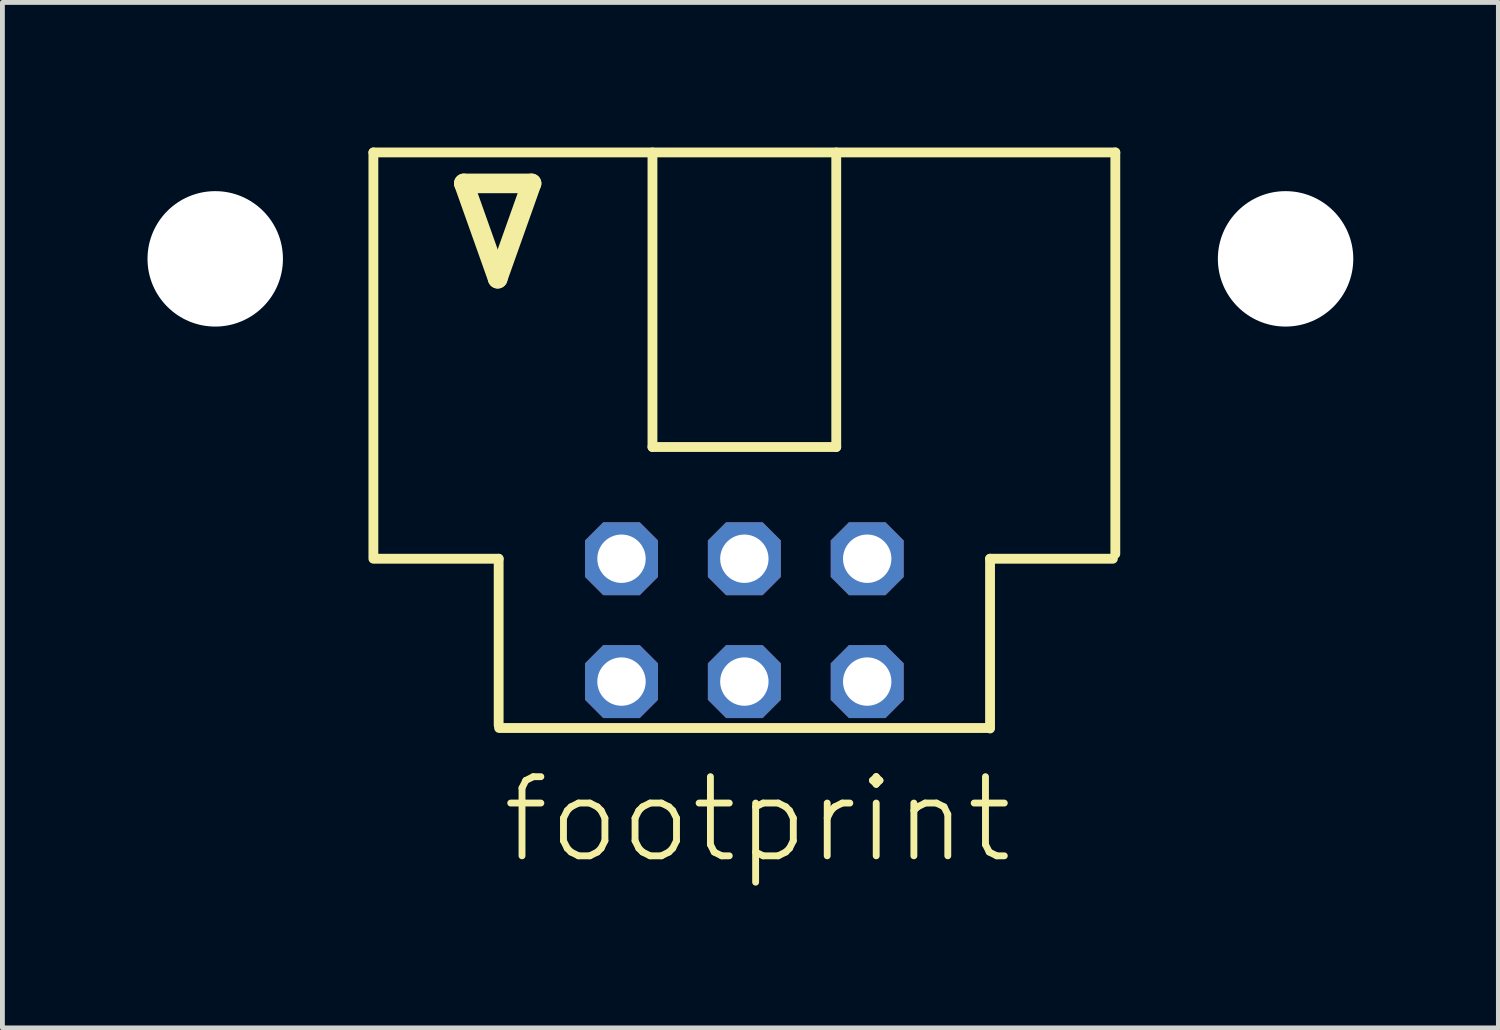
<source format=kicad_pcb>
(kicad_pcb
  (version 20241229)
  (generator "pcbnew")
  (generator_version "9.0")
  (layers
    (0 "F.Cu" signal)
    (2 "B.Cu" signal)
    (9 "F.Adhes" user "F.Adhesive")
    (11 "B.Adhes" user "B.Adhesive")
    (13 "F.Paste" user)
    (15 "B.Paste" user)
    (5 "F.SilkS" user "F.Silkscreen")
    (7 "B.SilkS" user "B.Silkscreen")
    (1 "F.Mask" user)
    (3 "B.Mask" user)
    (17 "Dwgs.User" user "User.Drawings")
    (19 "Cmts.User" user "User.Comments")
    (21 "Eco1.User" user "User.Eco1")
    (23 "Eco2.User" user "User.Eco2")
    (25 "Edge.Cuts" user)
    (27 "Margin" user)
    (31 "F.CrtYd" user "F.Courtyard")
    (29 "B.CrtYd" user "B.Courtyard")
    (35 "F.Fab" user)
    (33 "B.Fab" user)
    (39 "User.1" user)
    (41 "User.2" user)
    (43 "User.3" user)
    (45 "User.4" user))
  (footprint "footprint"
    (layer "F.Cu")
    (at 12.34 5.962)
    (property "Reference" "footprint" (at -5.08 8.89 0) (layer "F.SilkS") (effects (font (size 1.636 1.636) (thickness 0.142)) (justify left bottom)))
    (fp_line (start -7.67 -5.86) (end 7.67 -5.86) (stroke (width 0.203) (type solid)) (layer "F.SilkS"))
    (fp_line (start -7.67 2.54) (end -7.67 -5.86) (stroke (width 0.203) (type solid)) (layer "F.SilkS"))
    (fp_line (start -7.62 2.54) (end -5.08 2.54) (stroke (width 0.203) (type solid)) (layer "F.SilkS"))
    (fp_line (start -5.8 -5.22) (end -5.1 -3.25) (stroke (width 0.406) (type solid)) (layer "F.SilkS"))
    (fp_line (start -5.1 -3.25) (end -4.4 -5.22) (stroke (width 0.406) (type solid)) (layer "F.SilkS"))
    (fp_line (start -5.08 2.54) (end -5.08 5.98) (stroke (width 0.203) (type solid)) (layer "F.SilkS"))
    (fp_line (start -4.4 -5.22) (end -5.8 -5.22) (stroke (width 0.406) (type solid)) (layer "F.SilkS"))
    (fp_line (start -1.9 0.23) (end -1.9 -5.86) (stroke (width 0.203) (type solid)) (layer "F.SilkS"))
    (fp_line (start -1.9 0.23) (end 1.9 0.23) (stroke (width 0.203) (type solid)) (layer "F.SilkS"))
    (fp_line (start 1.9 0.23) (end 1.9 -5.86) (stroke (width 0.203) (type solid)) (layer "F.SilkS"))
    (fp_line (start 5.07 6.04) (end -5.07 6.04) (stroke (width 0.203) (type solid)) (layer "F.SilkS"))
    (fp_line (start 5.08 2.54) (end 5.08 6.05) (stroke (width 0.203) (type solid)) (layer "F.SilkS"))
    (fp_line (start 7.62 2.54) (end 5.08 2.54) (stroke (width 0.203) (type solid)) (layer "F.SilkS"))
    (fp_line (start 7.67 -5.86) (end 7.67 2.44) (stroke (width 0.203) (type solid)) (layer "F.SilkS"))
    (pad "" np_thru_hole circle (at -10.94 -3.66) (size 2.8 2.8) (drill 2.8) (layers "*.Cu" "*.Mask"))
    (pad "" np_thru_hole circle (at 11.19 -3.66) (size 2.8 2.8) (drill 2.8) (layers "*.Cu" "*.Mask"))
    (pad "1" thru_hole roundrect (at -2.54 5.08) (size 1.508 1.508) (drill 1) (layers "*.Cu" "*.Mask") (roundrect_rratio 0.25) (chamfer_ratio 0.25) (chamfer top_left top_right bottom_left bottom_right))
    (pad "2" thru_hole roundrect (at -2.54 2.54) (size 1.508 1.508) (drill 1) (layers "*.Cu" "*.Mask") (roundrect_rratio 0.25) (chamfer_ratio 0.25) (chamfer top_left top_right bottom_left bottom_right))
    (pad "3" thru_hole roundrect (at 0 5.08) (size 1.508 1.508) (drill 1) (layers "*.Cu" "*.Mask") (roundrect_rratio 0.25) (chamfer_ratio 0.25) (chamfer top_left top_right bottom_left bottom_right))
    (pad "4" thru_hole roundrect (at 0 2.54) (size 1.508 1.508) (drill 1) (layers "*.Cu" "*.Mask") (roundrect_rratio 0.25) (chamfer_ratio 0.25) (chamfer top_left top_right bottom_left bottom_right))
    (pad "5" thru_hole roundrect (at 2.54 5.08) (size 1.508 1.508) (drill 1) (layers "*.Cu" "*.Mask") (roundrect_rratio 0.25) (chamfer_ratio 0.25) (chamfer top_left top_right bottom_left bottom_right))
    (pad "6" thru_hole roundrect (at 2.54 2.54) (size 1.508 1.508) (drill 1) (layers "*.Cu" "*.Mask") (roundrect_rratio 0.25) (chamfer_ratio 0.25) (chamfer top_left top_right bottom_left bottom_right)))
  (gr_rect
    (start -3 -3)
    (end 27.93 18.202)
    (stroke (width 0.1) (type default))
    (fill no)
    (layer "Edge.Cuts")))
</source>
